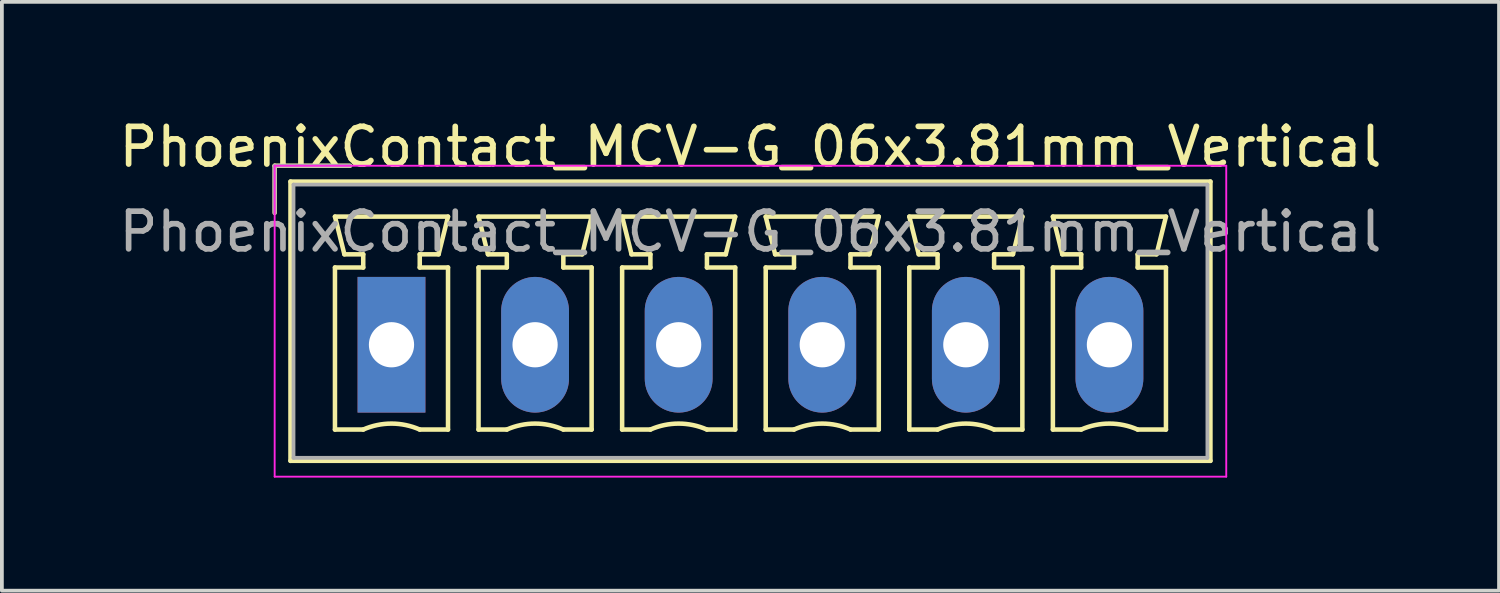
<source format=kicad_pcb>
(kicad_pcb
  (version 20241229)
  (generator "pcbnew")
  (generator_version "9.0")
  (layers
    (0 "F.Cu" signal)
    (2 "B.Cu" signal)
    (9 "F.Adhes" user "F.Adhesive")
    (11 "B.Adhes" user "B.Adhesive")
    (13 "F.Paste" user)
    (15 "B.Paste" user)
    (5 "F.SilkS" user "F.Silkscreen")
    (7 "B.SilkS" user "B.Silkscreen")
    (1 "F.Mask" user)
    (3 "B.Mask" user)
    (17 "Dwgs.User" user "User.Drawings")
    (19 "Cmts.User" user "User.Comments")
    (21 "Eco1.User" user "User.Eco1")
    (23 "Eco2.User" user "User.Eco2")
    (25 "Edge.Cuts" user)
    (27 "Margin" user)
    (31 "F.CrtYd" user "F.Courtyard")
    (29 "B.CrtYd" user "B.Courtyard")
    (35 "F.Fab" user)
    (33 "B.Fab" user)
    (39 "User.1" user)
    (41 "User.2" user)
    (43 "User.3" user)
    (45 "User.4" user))
  (footprint "PhoenixContact_MCV-G_06x3.81mm_Vertical"
    (layer "F.Cu")
    (at 7.338 6.098)
    (property "Reference" "PhoenixContact_MCV-G_06x3.81mm_Vertical" (at 9.525 -5.25 0) (layer "F.SilkS") (effects (font (size 1 1) (thickness 0.15))))
    (attr through_hole)
    (fp_line (start -3.1 -4.75) (end -1.1 -4.75) (stroke (width 0.12) (type solid)) (layer "F.SilkS"))
    (fp_line (start -3.1 -3.5) (end -3.1 -4.75) (stroke (width 0.12) (type solid)) (layer "F.SilkS"))
    (fp_line (start -2.68 -4.33) (end -2.68 3.08) (stroke (width 0.12) (type solid)) (layer "F.SilkS"))
    (fp_line (start -2.68 3.08) (end 21.73 3.08) (stroke (width 0.12) (type solid)) (layer "F.SilkS"))
    (fp_line (start -1.5 -3.4) (end 1.5 -3.4) (stroke (width 0.12) (type solid)) (layer "F.SilkS"))
    (fp_line (start -1.5 -2.05) (end -0.75 -2.05) (stroke (width 0.12) (type solid)) (layer "F.SilkS"))
    (fp_line (start -1.5 2.25) (end -1.5 -2.05) (stroke (width 0.12) (type solid)) (layer "F.SilkS"))
    (fp_line (start -1.25 -2.4) (end -1.5 -3.4) (stroke (width 0.12) (type solid)) (layer "F.SilkS"))
    (fp_line (start -0.75 -2.4) (end -1.25 -2.4) (stroke (width 0.12) (type solid)) (layer "F.SilkS"))
    (fp_line (start -0.75 -2.05) (end -0.75 -2.4) (stroke (width 0.12) (type solid)) (layer "F.SilkS"))
    (fp_line (start -0.75 2.25) (end -1.5 2.25) (stroke (width 0.12) (type solid)) (layer "F.SilkS"))
    (fp_line (start 0.75 -2.4) (end 0.75 -2.05) (stroke (width 0.12) (type solid)) (layer "F.SilkS"))
    (fp_line (start 0.75 -2.05) (end 1.5 -2.05) (stroke (width 0.12) (type solid)) (layer "F.SilkS"))
    (fp_line (start 1.25 -2.4) (end 0.75 -2.4) (stroke (width 0.12) (type solid)) (layer "F.SilkS"))
    (fp_line (start 1.5 -3.4) (end 1.25 -2.4) (stroke (width 0.12) (type solid)) (layer "F.SilkS"))
    (fp_line (start 1.5 -2.05) (end 1.5 2.25) (stroke (width 0.12) (type solid)) (layer "F.SilkS"))
    (fp_line (start 1.5 2.25) (end 0.75 2.25) (stroke (width 0.12) (type solid)) (layer "F.SilkS"))
    (fp_line (start 2.31 -3.4) (end 5.31 -3.4) (stroke (width 0.12) (type solid)) (layer "F.SilkS"))
    (fp_line (start 2.31 -2.05) (end 3.06 -2.05) (stroke (width 0.12) (type solid)) (layer "F.SilkS"))
    (fp_line (start 2.31 2.25) (end 2.31 -2.05) (stroke (width 0.12) (type solid)) (layer "F.SilkS"))
    (fp_line (start 2.56 -2.4) (end 2.31 -3.4) (stroke (width 0.12) (type solid)) (layer "F.SilkS"))
    (fp_line (start 3.06 -2.4) (end 2.56 -2.4) (stroke (width 0.12) (type solid)) (layer "F.SilkS"))
    (fp_line (start 3.06 -2.05) (end 3.06 -2.4) (stroke (width 0.12) (type solid)) (layer "F.SilkS"))
    (fp_line (start 3.06 2.25) (end 2.31 2.25) (stroke (width 0.12) (type solid)) (layer "F.SilkS"))
    (fp_line (start 4.56 -2.4) (end 4.56 -2.05) (stroke (width 0.12) (type solid)) (layer "F.SilkS"))
    (fp_line (start 4.56 -2.05) (end 5.31 -2.05) (stroke (width 0.12) (type solid)) (layer "F.SilkS"))
    (fp_line (start 5.06 -2.4) (end 4.56 -2.4) (stroke (width 0.12) (type solid)) (layer "F.SilkS"))
    (fp_line (start 5.31 -3.4) (end 5.06 -2.4) (stroke (width 0.12) (type solid)) (layer "F.SilkS"))
    (fp_line (start 5.31 -2.05) (end 5.31 2.25) (stroke (width 0.12) (type solid)) (layer "F.SilkS"))
    (fp_line (start 5.31 2.25) (end 4.56 2.25) (stroke (width 0.12) (type solid)) (layer "F.SilkS"))
    (fp_line (start 6.12 -3.4) (end 9.12 -3.4) (stroke (width 0.12) (type solid)) (layer "F.SilkS"))
    (fp_line (start 6.12 -2.05) (end 6.87 -2.05) (stroke (width 0.12) (type solid)) (layer "F.SilkS"))
    (fp_line (start 6.12 2.25) (end 6.12 -2.05) (stroke (width 0.12) (type solid)) (layer "F.SilkS"))
    (fp_line (start 6.37 -2.4) (end 6.12 -3.4) (stroke (width 0.12) (type solid)) (layer "F.SilkS"))
    (fp_line (start 6.87 -2.4) (end 6.37 -2.4) (stroke (width 0.12) (type solid)) (layer "F.SilkS"))
    (fp_line (start 6.87 -2.05) (end 6.87 -2.4) (stroke (width 0.12) (type solid)) (layer "F.SilkS"))
    (fp_line (start 6.87 2.25) (end 6.12 2.25) (stroke (width 0.12) (type solid)) (layer "F.SilkS"))
    (fp_line (start 8.37 -2.4) (end 8.37 -2.05) (stroke (width 0.12) (type solid)) (layer "F.SilkS"))
    (fp_line (start 8.37 -2.05) (end 9.12 -2.05) (stroke (width 0.12) (type solid)) (layer "F.SilkS"))
    (fp_line (start 8.87 -2.4) (end 8.37 -2.4) (stroke (width 0.12) (type solid)) (layer "F.SilkS"))
    (fp_line (start 9.12 -3.4) (end 8.87 -2.4) (stroke (width 0.12) (type solid)) (layer "F.SilkS"))
    (fp_line (start 9.12 -2.05) (end 9.12 2.25) (stroke (width 0.12) (type solid)) (layer "F.SilkS"))
    (fp_line (start 9.12 2.25) (end 8.37 2.25) (stroke (width 0.12) (type solid)) (layer "F.SilkS"))
    (fp_line (start 9.93 -3.4) (end 12.93 -3.4) (stroke (width 0.12) (type solid)) (layer "F.SilkS"))
    (fp_line (start 9.93 -2.05) (end 10.68 -2.05) (stroke (width 0.12) (type solid)) (layer "F.SilkS"))
    (fp_line (start 9.93 2.25) (end 9.93 -2.05) (stroke (width 0.12) (type solid)) (layer "F.SilkS"))
    (fp_line (start 10.18 -2.4) (end 9.93 -3.4) (stroke (width 0.12) (type solid)) (layer "F.SilkS"))
    (fp_line (start 10.68 -2.4) (end 10.18 -2.4) (stroke (width 0.12) (type solid)) (layer "F.SilkS"))
    (fp_line (start 10.68 -2.05) (end 10.68 -2.4) (stroke (width 0.12) (type solid)) (layer "F.SilkS"))
    (fp_line (start 10.68 2.25) (end 9.93 2.25) (stroke (width 0.12) (type solid)) (layer "F.SilkS"))
    (fp_line (start 12.18 -2.4) (end 12.18 -2.05) (stroke (width 0.12) (type solid)) (layer "F.SilkS"))
    (fp_line (start 12.18 -2.05) (end 12.93 -2.05) (stroke (width 0.12) (type solid)) (layer "F.SilkS"))
    (fp_line (start 12.68 -2.4) (end 12.18 -2.4) (stroke (width 0.12) (type solid)) (layer "F.SilkS"))
    (fp_line (start 12.93 -3.4) (end 12.68 -2.4) (stroke (width 0.12) (type solid)) (layer "F.SilkS"))
    (fp_line (start 12.93 -2.05) (end 12.93 2.25) (stroke (width 0.12) (type solid)) (layer "F.SilkS"))
    (fp_line (start 12.93 2.25) (end 12.18 2.25) (stroke (width 0.12) (type solid)) (layer "F.SilkS"))
    (fp_line (start 13.74 -3.4) (end 16.74 -3.4) (stroke (width 0.12) (type solid)) (layer "F.SilkS"))
    (fp_line (start 13.74 -2.05) (end 14.49 -2.05) (stroke (width 0.12) (type solid)) (layer "F.SilkS"))
    (fp_line (start 13.74 2.25) (end 13.74 -2.05) (stroke (width 0.12) (type solid)) (layer "F.SilkS"))
    (fp_line (start 13.99 -2.4) (end 13.74 -3.4) (stroke (width 0.12) (type solid)) (layer "F.SilkS"))
    (fp_line (start 14.49 -2.4) (end 13.99 -2.4) (stroke (width 0.12) (type solid)) (layer "F.SilkS"))
    (fp_line (start 14.49 -2.05) (end 14.49 -2.4) (stroke (width 0.12) (type solid)) (layer "F.SilkS"))
    (fp_line (start 14.49 2.25) (end 13.74 2.25) (stroke (width 0.12) (type solid)) (layer "F.SilkS"))
    (fp_line (start 15.99 -2.4) (end 15.99 -2.05) (stroke (width 0.12) (type solid)) (layer "F.SilkS"))
    (fp_line (start 15.99 -2.05) (end 16.74 -2.05) (stroke (width 0.12) (type solid)) (layer "F.SilkS"))
    (fp_line (start 16.49 -2.4) (end 15.99 -2.4) (stroke (width 0.12) (type solid)) (layer "F.SilkS"))
    (fp_line (start 16.74 -3.4) (end 16.49 -2.4) (stroke (width 0.12) (type solid)) (layer "F.SilkS"))
    (fp_line (start 16.74 -2.05) (end 16.74 2.25) (stroke (width 0.12) (type solid)) (layer "F.SilkS"))
    (fp_line (start 16.74 2.25) (end 15.99 2.25) (stroke (width 0.12) (type solid)) (layer "F.SilkS"))
    (fp_line (start 17.55 -3.4) (end 20.55 -3.4) (stroke (width 0.12) (type solid)) (layer "F.SilkS"))
    (fp_line (start 17.55 -2.05) (end 18.3 -2.05) (stroke (width 0.12) (type solid)) (layer "F.SilkS"))
    (fp_line (start 17.55 2.25) (end 17.55 -2.05) (stroke (width 0.12) (type solid)) (layer "F.SilkS"))
    (fp_line (start 17.8 -2.4) (end 17.55 -3.4) (stroke (width 0.12) (type solid)) (layer "F.SilkS"))
    (fp_line (start 18.3 -2.4) (end 17.8 -2.4) (stroke (width 0.12) (type solid)) (layer "F.SilkS"))
    (fp_line (start 18.3 -2.05) (end 18.3 -2.4) (stroke (width 0.12) (type solid)) (layer "F.SilkS"))
    (fp_line (start 18.3 2.25) (end 17.55 2.25) (stroke (width 0.12) (type solid)) (layer "F.SilkS"))
    (fp_line (start 19.8 -2.4) (end 19.8 -2.05) (stroke (width 0.12) (type solid)) (layer "F.SilkS"))
    (fp_line (start 19.8 -2.05) (end 20.55 -2.05) (stroke (width 0.12) (type solid)) (layer "F.SilkS"))
    (fp_line (start 20.3 -2.4) (end 19.8 -2.4) (stroke (width 0.12) (type solid)) (layer "F.SilkS"))
    (fp_line (start 20.55 -3.4) (end 20.3 -2.4) (stroke (width 0.12) (type solid)) (layer "F.SilkS"))
    (fp_line (start 20.55 -2.05) (end 20.55 2.25) (stroke (width 0.12) (type solid)) (layer "F.SilkS"))
    (fp_line (start 20.55 2.25) (end 19.8 2.25) (stroke (width 0.12) (type solid)) (layer "F.SilkS"))
    (fp_line (start 21.73 -4.33) (end -2.68 -4.33) (stroke (width 0.12) (type solid)) (layer "F.SilkS"))
    (fp_line (start 21.73 3.08) (end 21.73 -4.33) (stroke (width 0.12) (type solid)) (layer "F.SilkS"))
    (fp_arc (start -0.75 2.25) (mid -0.000193 2.09191) (end 0.749647 2.249844) (stroke (width 0.12) (type solid)) (layer "F.SilkS"))
    (fp_arc (start 3.06 2.25) (mid 3.809807 2.09191) (end 4.559647 2.249844) (stroke (width 0.12) (type solid)) (layer "F.SilkS"))
    (fp_arc (start 6.87 2.25) (mid 7.619807 2.09191) (end 8.369647 2.249844) (stroke (width 0.12) (type solid)) (layer "F.SilkS"))
    (fp_arc (start 10.68 2.25) (mid 11.429807 2.09191) (end 12.179647 2.249844) (stroke (width 0.12) (type solid)) (layer "F.SilkS"))
    (fp_arc (start 14.49 2.25) (mid 15.239807 2.09191) (end 15.989647 2.249844) (stroke (width 0.12) (type solid)) (layer "F.SilkS"))
    (fp_arc (start 18.3 2.25) (mid 19.049807 2.09191) (end 19.799647 2.249844) (stroke (width 0.12) (type solid)) (layer "F.SilkS"))
    (fp_line (start -3.1 -4.75) (end -3.1 3.5) (stroke (width 0.05) (type solid)) (layer "F.CrtYd"))
    (fp_line (start -3.1 3.5) (end 22.15 3.5) (stroke (width 0.05) (type solid)) (layer "F.CrtYd"))
    (fp_line (start 22.15 -4.75) (end -3.1 -4.75) (stroke (width 0.05) (type solid)) (layer "F.CrtYd"))
    (fp_line (start 22.15 3.5) (end 22.15 -4.75) (stroke (width 0.05) (type solid)) (layer "F.CrtYd"))
    (fp_line (start -3.1 -4.75) (end -1.1 -4.75) (stroke (width 0.1) (type solid)) (layer "F.Fab"))
    (fp_line (start -3.1 -3.5) (end -3.1 -4.75) (stroke (width 0.1) (type solid)) (layer "F.Fab"))
    (fp_line (start -2.6 -4.25) (end -2.6 3) (stroke (width 0.1) (type solid)) (layer "F.Fab"))
    (fp_line (start -2.6 3) (end 21.65 3) (stroke (width 0.1) (type solid)) (layer "F.Fab"))
    (fp_line (start 21.65 -4.25) (end -2.6 -4.25) (stroke (width 0.1) (type solid)) (layer "F.Fab"))
    (fp_line (start 21.65 3) (end 21.65 -4.25) (stroke (width 0.1) (type solid)) (layer "F.Fab"))
    (fp_text user "${REFERENCE}" (at 9.525 -3 0) (layer "F.Fab") (effects (font (size 1 1) (thickness 0.15))))
    (pad "1" thru_hole rect (at 0 0) (size 1.8 3.6) (drill 1.2) (layers "*.Cu" "*.Mask"))
    (pad "2" thru_hole oval (at 3.81 0) (size 1.8 3.6) (drill 1.2) (layers "*.Cu" "*.Mask"))
    (pad "3" thru_hole oval (at 7.62 0) (size 1.8 3.6) (drill 1.2) (layers "*.Cu" "*.Mask"))
    (pad "4" thru_hole oval (at 11.43 0) (size 1.8 3.6) (drill 1.2) (layers "*.Cu" "*.Mask"))
    (pad "5" thru_hole oval (at 15.24 0) (size 1.8 3.6) (drill 1.2) (layers "*.Cu" "*.Mask"))
    (pad "6" thru_hole oval (at 19.05 0) (size 1.8 3.6) (drill 1.2) (layers "*.Cu" "*.Mask")))
  (gr_rect
    (start -3 -3)
    (end 36.726 12.623)
    (stroke (width 0.1) (type default))
    (fill no)
    (layer "Edge.Cuts")))
</source>
